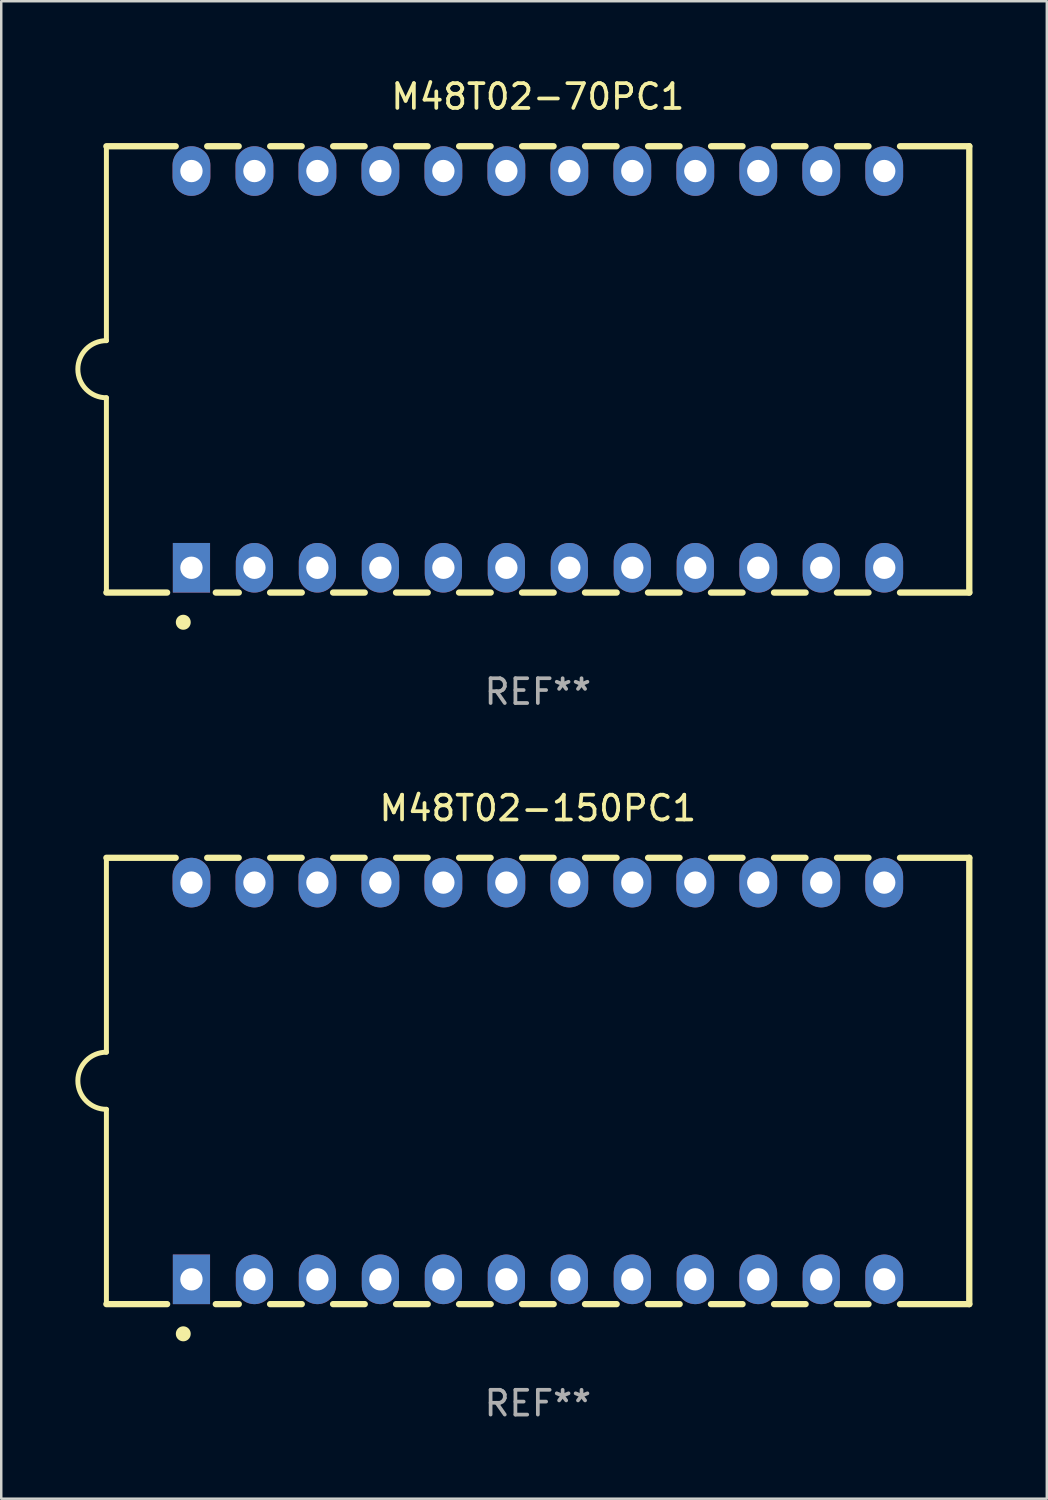
<source format=kicad_pcb>
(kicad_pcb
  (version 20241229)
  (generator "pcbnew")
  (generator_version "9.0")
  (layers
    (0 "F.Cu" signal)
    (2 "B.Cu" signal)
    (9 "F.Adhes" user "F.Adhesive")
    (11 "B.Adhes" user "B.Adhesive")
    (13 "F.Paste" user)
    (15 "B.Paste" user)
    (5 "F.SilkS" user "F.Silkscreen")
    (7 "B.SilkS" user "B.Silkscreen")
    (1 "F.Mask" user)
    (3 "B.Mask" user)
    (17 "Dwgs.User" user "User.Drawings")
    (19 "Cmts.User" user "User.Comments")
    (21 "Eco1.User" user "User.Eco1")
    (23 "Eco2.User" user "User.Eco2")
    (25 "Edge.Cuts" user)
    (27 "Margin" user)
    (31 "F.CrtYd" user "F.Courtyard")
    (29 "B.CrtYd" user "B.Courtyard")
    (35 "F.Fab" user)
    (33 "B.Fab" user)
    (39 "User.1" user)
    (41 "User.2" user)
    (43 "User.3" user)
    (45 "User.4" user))
  (footprint "M48T02-70PC1"
    (layer "F.Cu")
    (at 18.641 11.848)
    (property "Reference" "M48T02-70PC1" (at 0 -11 0) (layer "F.SilkS") (effects (font (size 1 1) (thickness 0.15))))
    (attr through_hole)
    (fp_line (start -17.4 9) (end -17.4 1.144) (stroke (width 0.2) (type solid)) (layer "F.SilkS"))
    (fp_line (start -17.4 9) (end -14.951 9) (stroke (width 0.254) (type solid)) (layer "F.SilkS"))
    (fp_line (start -17.4 -9) (end -14.605 -9) (stroke (width 0.254) (type solid)) (layer "F.SilkS"))
    (fp_line (start -17.4 -1.16) (end -17.4 -9) (stroke (width 0.2) (type solid)) (layer "F.SilkS"))
    (fp_line (start -13.334 -9) (end -12.065 -9) (stroke (width 0.254) (type solid)) (layer "F.SilkS"))
    (fp_line (start -12.988 9) (end -12.061 9) (stroke (width 0.254) (type solid)) (layer "F.SilkS"))
    (fp_line (start -10.798 9) (end -9.521 9) (stroke (width 0.254) (type solid)) (layer "F.SilkS"))
    (fp_line (start -10.794 -9) (end -9.525 -9) (stroke (width 0.254) (type solid)) (layer "F.SilkS"))
    (fp_line (start -8.258 9) (end -6.981 9) (stroke (width 0.254) (type solid)) (layer "F.SilkS"))
    (fp_line (start -8.254 -9) (end -6.985 -9) (stroke (width 0.254) (type solid)) (layer "F.SilkS"))
    (fp_line (start -5.718 9) (end -4.441 9) (stroke (width 0.254) (type solid)) (layer "F.SilkS"))
    (fp_line (start -5.714 -9) (end -4.445 -9) (stroke (width 0.254) (type solid)) (layer "F.SilkS"))
    (fp_line (start -3.178 9) (end -1.901 9) (stroke (width 0.254) (type solid)) (layer "F.SilkS"))
    (fp_line (start -3.174 -9) (end -1.905 -9) (stroke (width 0.254) (type solid)) (layer "F.SilkS"))
    (fp_line (start -0.638 9) (end 0.639 9) (stroke (width 0.254) (type solid)) (layer "F.SilkS"))
    (fp_line (start -0.634 -9) (end 0.635 -9) (stroke (width 0.254) (type solid)) (layer "F.SilkS"))
    (fp_line (start 1.902 9) (end 3.179 9) (stroke (width 0.254) (type solid)) (layer "F.SilkS"))
    (fp_line (start 1.906 -9) (end 3.175 -9) (stroke (width 0.254) (type solid)) (layer "F.SilkS"))
    (fp_line (start 4.442 9) (end 5.719 9) (stroke (width 0.254) (type solid)) (layer "F.SilkS"))
    (fp_line (start 4.446 -9) (end 5.715 -9) (stroke (width 0.254) (type solid)) (layer "F.SilkS"))
    (fp_line (start 6.982 9) (end 8.255 9) (stroke (width 0.254) (type solid)) (layer "F.SilkS"))
    (fp_line (start 6.986 -9) (end 8.255 -9) (stroke (width 0.254) (type solid)) (layer "F.SilkS"))
    (fp_line (start 9.526 -9) (end 10.795 -9) (stroke (width 0.254) (type solid)) (layer "F.SilkS"))
    (fp_line (start 9.526 9) (end 10.799 9) (stroke (width 0.254) (type solid)) (layer "F.SilkS"))
    (fp_line (start 12.062 9) (end 13.335 9) (stroke (width 0.254) (type solid)) (layer "F.SilkS"))
    (fp_line (start 12.066 -9) (end 13.335 -9) (stroke (width 0.254) (type solid)) (layer "F.SilkS"))
    (fp_line (start 14.606 -9) (end 17.4 -9) (stroke (width 0.254) (type solid)) (layer "F.SilkS"))
    (fp_line (start 14.606 9) (end 17.4 9) (stroke (width 0.254) (type solid)) (layer "F.SilkS"))
    (fp_line (start 17.4 -9) (end 17.4 9) (stroke (width 0.254) (type solid)) (layer "F.SilkS"))
    (fp_arc (start -17.399581 1.143688) (mid -18.540555 -0.008204) (end -17.399582 -1.160096) (stroke (width 0.2) (type solid)) (layer "F.SilkS"))
    (fp_arc (start -14.299581 10.200025) (mid -14.299592 10.197485) (end -14.299581 10.194945) (stroke (width 0.6) (type solid)) (layer "F.SilkS"))
    (fp_text user "REF**" (at 0 13 0) (layer "F.Fab") (effects (font (size 1 1) (thickness 0.15))))
    (pad "1" thru_hole rect (at -13.97 8 90) (size 2 1.5) (drill 0.9) (layers "*.Cu" "*.Mask"))
    (pad "2" thru_hole oval (at -11.43 8 90) (size 2 1.5) (drill 0.9) (layers "*.Cu" "*.Mask"))
    (pad "3" thru_hole oval (at -8.89 8 90) (size 2 1.5) (drill 0.9) (layers "*.Cu" "*.Mask"))
    (pad "4" thru_hole oval (at -6.35 8 90) (size 2 1.5) (drill 0.9) (layers "*.Cu" "*.Mask"))
    (pad "5" thru_hole oval (at -3.81 8 90) (size 2 1.5) (drill 0.9) (layers "*.Cu" "*.Mask"))
    (pad "6" thru_hole oval (at -1.27 8 90) (size 2 1.5) (drill 0.9) (layers "*.Cu" "*.Mask"))
    (pad "7" thru_hole oval (at 1.27 8 90) (size 2 1.5) (drill 0.9) (layers "*.Cu" "*.Mask"))
    (pad "8" thru_hole oval (at 3.81 8 90) (size 2 1.5) (drill 0.9) (layers "*.Cu" "*.Mask"))
    (pad "9" thru_hole oval (at 6.35 8 90) (size 2 1.5) (drill 0.9) (layers "*.Cu" "*.Mask"))
    (pad "10" thru_hole oval (at 8.89 8 90) (size 2 1.524) (drill 0.9) (layers "*.Cu" "*.Mask"))
    (pad "11" thru_hole oval (at 11.43 8 90) (size 2 1.5) (drill 0.9) (layers "*.Cu" "*.Mask"))
    (pad "12" thru_hole oval (at 13.97 8 90) (size 2 1.524) (drill 0.9) (layers "*.Cu" "*.Mask"))
    (pad "13" thru_hole oval (at 13.97 -8 90) (size 2 1.524) (drill 0.9) (layers "*.Cu" "*.Mask"))
    (pad "14" thru_hole oval (at 11.43 -8 90) (size 2 1.524) (drill 0.9) (layers "*.Cu" "*.Mask"))
    (pad "15" thru_hole oval (at 8.89 -8 90) (size 2 1.524) (drill 0.9) (layers "*.Cu" "*.Mask"))
    (pad "16" thru_hole oval (at 6.35 -8 90) (size 2 1.524) (drill 0.9) (layers "*.Cu" "*.Mask"))
    (pad "17" thru_hole oval (at 3.81 -8 90) (size 2 1.524) (drill 0.9) (layers "*.Cu" "*.Mask"))
    (pad "18" thru_hole oval (at 1.27 -8 90) (size 2 1.524) (drill 0.9) (layers "*.Cu" "*.Mask"))
    (pad "19" thru_hole oval (at -1.27 -8 90) (size 2 1.524) (drill 0.9) (layers "*.Cu" "*.Mask"))
    (pad "20" thru_hole oval (at -3.81 -8 90) (size 2 1.524) (drill 0.9) (layers "*.Cu" "*.Mask"))
    (pad "21" thru_hole oval (at -6.35 -8 90) (size 2 1.524) (drill 0.9) (layers "*.Cu" "*.Mask"))
    (pad "22" thru_hole oval (at -8.89 -8 90) (size 2 1.524) (drill 0.9) (layers "*.Cu" "*.Mask"))
    (pad "23" thru_hole oval (at -11.43 -8 90) (size 2 1.524) (drill 0.9) (layers "*.Cu" "*.Mask"))
    (pad "24" thru_hole oval (at -13.97 -8 90) (size 2 1.524) (drill 0.9) (layers "*.Cu" "*.Mask")))
  (footprint "M48T02-150PC1"
    (layer "F.Cu")
    (at 18.641 40.545)
    (property "Reference" "M48T02-150PC1" (at 0 -11 0) (layer "F.SilkS") (effects (font (size 1 1) (thickness 0.15))))
    (attr through_hole)
    (fp_line (start -17.4 9) (end -17.4 1.144) (stroke (width 0.2) (type solid)) (layer "F.SilkS"))
    (fp_line (start -17.4 9) (end -14.951 9) (stroke (width 0.254) (type solid)) (layer "F.SilkS"))
    (fp_line (start -17.4 -9) (end -14.605 -9) (stroke (width 0.254) (type solid)) (layer "F.SilkS"))
    (fp_line (start -17.4 -1.16) (end -17.4 -9) (stroke (width 0.2) (type solid)) (layer "F.SilkS"))
    (fp_line (start -13.334 -9) (end -12.065 -9) (stroke (width 0.254) (type solid)) (layer "F.SilkS"))
    (fp_line (start -12.988 9) (end -12.061 9) (stroke (width 0.254) (type solid)) (layer "F.SilkS"))
    (fp_line (start -10.798 9) (end -9.521 9) (stroke (width 0.254) (type solid)) (layer "F.SilkS"))
    (fp_line (start -10.794 -9) (end -9.525 -9) (stroke (width 0.254) (type solid)) (layer "F.SilkS"))
    (fp_line (start -8.258 9) (end -6.981 9) (stroke (width 0.254) (type solid)) (layer "F.SilkS"))
    (fp_line (start -8.254 -9) (end -6.985 -9) (stroke (width 0.254) (type solid)) (layer "F.SilkS"))
    (fp_line (start -5.718 9) (end -4.441 9) (stroke (width 0.254) (type solid)) (layer "F.SilkS"))
    (fp_line (start -5.714 -9) (end -4.445 -9) (stroke (width 0.254) (type solid)) (layer "F.SilkS"))
    (fp_line (start -3.178 9) (end -1.901 9) (stroke (width 0.254) (type solid)) (layer "F.SilkS"))
    (fp_line (start -3.174 -9) (end -1.905 -9) (stroke (width 0.254) (type solid)) (layer "F.SilkS"))
    (fp_line (start -0.638 9) (end 0.639 9) (stroke (width 0.254) (type solid)) (layer "F.SilkS"))
    (fp_line (start -0.634 -9) (end 0.635 -9) (stroke (width 0.254) (type solid)) (layer "F.SilkS"))
    (fp_line (start 1.902 9) (end 3.179 9) (stroke (width 0.254) (type solid)) (layer "F.SilkS"))
    (fp_line (start 1.906 -9) (end 3.175 -9) (stroke (width 0.254) (type solid)) (layer "F.SilkS"))
    (fp_line (start 4.442 9) (end 5.719 9) (stroke (width 0.254) (type solid)) (layer "F.SilkS"))
    (fp_line (start 4.446 -9) (end 5.715 -9) (stroke (width 0.254) (type solid)) (layer "F.SilkS"))
    (fp_line (start 6.982 9) (end 8.255 9) (stroke (width 0.254) (type solid)) (layer "F.SilkS"))
    (fp_line (start 6.986 -9) (end 8.255 -9) (stroke (width 0.254) (type solid)) (layer "F.SilkS"))
    (fp_line (start 9.526 -9) (end 10.795 -9) (stroke (width 0.254) (type solid)) (layer "F.SilkS"))
    (fp_line (start 9.526 9) (end 10.799 9) (stroke (width 0.254) (type solid)) (layer "F.SilkS"))
    (fp_line (start 12.062 9) (end 13.335 9) (stroke (width 0.254) (type solid)) (layer "F.SilkS"))
    (fp_line (start 12.066 -9) (end 13.335 -9) (stroke (width 0.254) (type solid)) (layer "F.SilkS"))
    (fp_line (start 14.606 -9) (end 17.4 -9) (stroke (width 0.254) (type solid)) (layer "F.SilkS"))
    (fp_line (start 14.606 9) (end 17.4 9) (stroke (width 0.254) (type solid)) (layer "F.SilkS"))
    (fp_line (start 17.4 -9) (end 17.4 9) (stroke (width 0.254) (type solid)) (layer "F.SilkS"))
    (fp_arc (start -17.399581 1.143688) (mid -18.540555 -0.008204) (end -17.399582 -1.160096) (stroke (width 0.2) (type solid)) (layer "F.SilkS"))
    (fp_arc (start -14.299581 10.200025) (mid -14.299592 10.197485) (end -14.299581 10.194945) (stroke (width 0.6) (type solid)) (layer "F.SilkS"))
    (fp_text user "REF**" (at 0 13 0) (layer "F.Fab") (effects (font (size 1 1) (thickness 0.15))))
    (pad "1" thru_hole rect (at -13.97 8 90) (size 2 1.5) (drill 0.9) (layers "*.Cu" "*.Mask"))
    (pad "2" thru_hole oval (at -11.43 8 90) (size 2 1.5) (drill 0.9) (layers "*.Cu" "*.Mask"))
    (pad "3" thru_hole oval (at -8.89 8 90) (size 2 1.5) (drill 0.9) (layers "*.Cu" "*.Mask"))
    (pad "4" thru_hole oval (at -6.35 8 90) (size 2 1.5) (drill 0.9) (layers "*.Cu" "*.Mask"))
    (pad "5" thru_hole oval (at -3.81 8 90) (size 2 1.5) (drill 0.9) (layers "*.Cu" "*.Mask"))
    (pad "6" thru_hole oval (at -1.27 8 90) (size 2 1.5) (drill 0.9) (layers "*.Cu" "*.Mask"))
    (pad "7" thru_hole oval (at 1.27 8 90) (size 2 1.5) (drill 0.9) (layers "*.Cu" "*.Mask"))
    (pad "8" thru_hole oval (at 3.81 8 90) (size 2 1.5) (drill 0.9) (layers "*.Cu" "*.Mask"))
    (pad "9" thru_hole oval (at 6.35 8 90) (size 2 1.5) (drill 0.9) (layers "*.Cu" "*.Mask"))
    (pad "10" thru_hole oval (at 8.89 8 90) (size 2 1.524) (drill 0.9) (layers "*.Cu" "*.Mask"))
    (pad "11" thru_hole oval (at 11.43 8 90) (size 2 1.5) (drill 0.9) (layers "*.Cu" "*.Mask"))
    (pad "12" thru_hole oval (at 13.97 8 90) (size 2 1.524) (drill 0.9) (layers "*.Cu" "*.Mask"))
    (pad "13" thru_hole oval (at 13.97 -8 90) (size 2 1.524) (drill 0.9) (layers "*.Cu" "*.Mask"))
    (pad "14" thru_hole oval (at 11.43 -8 90) (size 2 1.524) (drill 0.9) (layers "*.Cu" "*.Mask"))
    (pad "15" thru_hole oval (at 8.89 -8 90) (size 2 1.524) (drill 0.9) (layers "*.Cu" "*.Mask"))
    (pad "16" thru_hole oval (at 6.35 -8 90) (size 2 1.524) (drill 0.9) (layers "*.Cu" "*.Mask"))
    (pad "17" thru_hole oval (at 3.81 -8 90) (size 2 1.524) (drill 0.9) (layers "*.Cu" "*.Mask"))
    (pad "18" thru_hole oval (at 1.27 -8 90) (size 2 1.524) (drill 0.9) (layers "*.Cu" "*.Mask"))
    (pad "19" thru_hole oval (at -1.27 -8 90) (size 2 1.524) (drill 0.9) (layers "*.Cu" "*.Mask"))
    (pad "20" thru_hole oval (at -3.81 -8 90) (size 2 1.524) (drill 0.9) (layers "*.Cu" "*.Mask"))
    (pad "21" thru_hole oval (at -6.35 -8 90) (size 2 1.524) (drill 0.9) (layers "*.Cu" "*.Mask"))
    (pad "22" thru_hole oval (at -8.89 -8 90) (size 2 1.524) (drill 0.9) (layers "*.Cu" "*.Mask"))
    (pad "23" thru_hole oval (at -11.43 -8 90) (size 2 1.524) (drill 0.9) (layers "*.Cu" "*.Mask"))
    (pad "24" thru_hole oval (at -13.97 -8 90) (size 2 1.524) (drill 0.9) (layers "*.Cu" "*.Mask")))
  (gr_rect
    (start -3 -3)
    (end 39.168 57.393)
    (stroke (width 0.1) (type default))
    (fill no)
    (layer "Edge.Cuts")))
</source>
